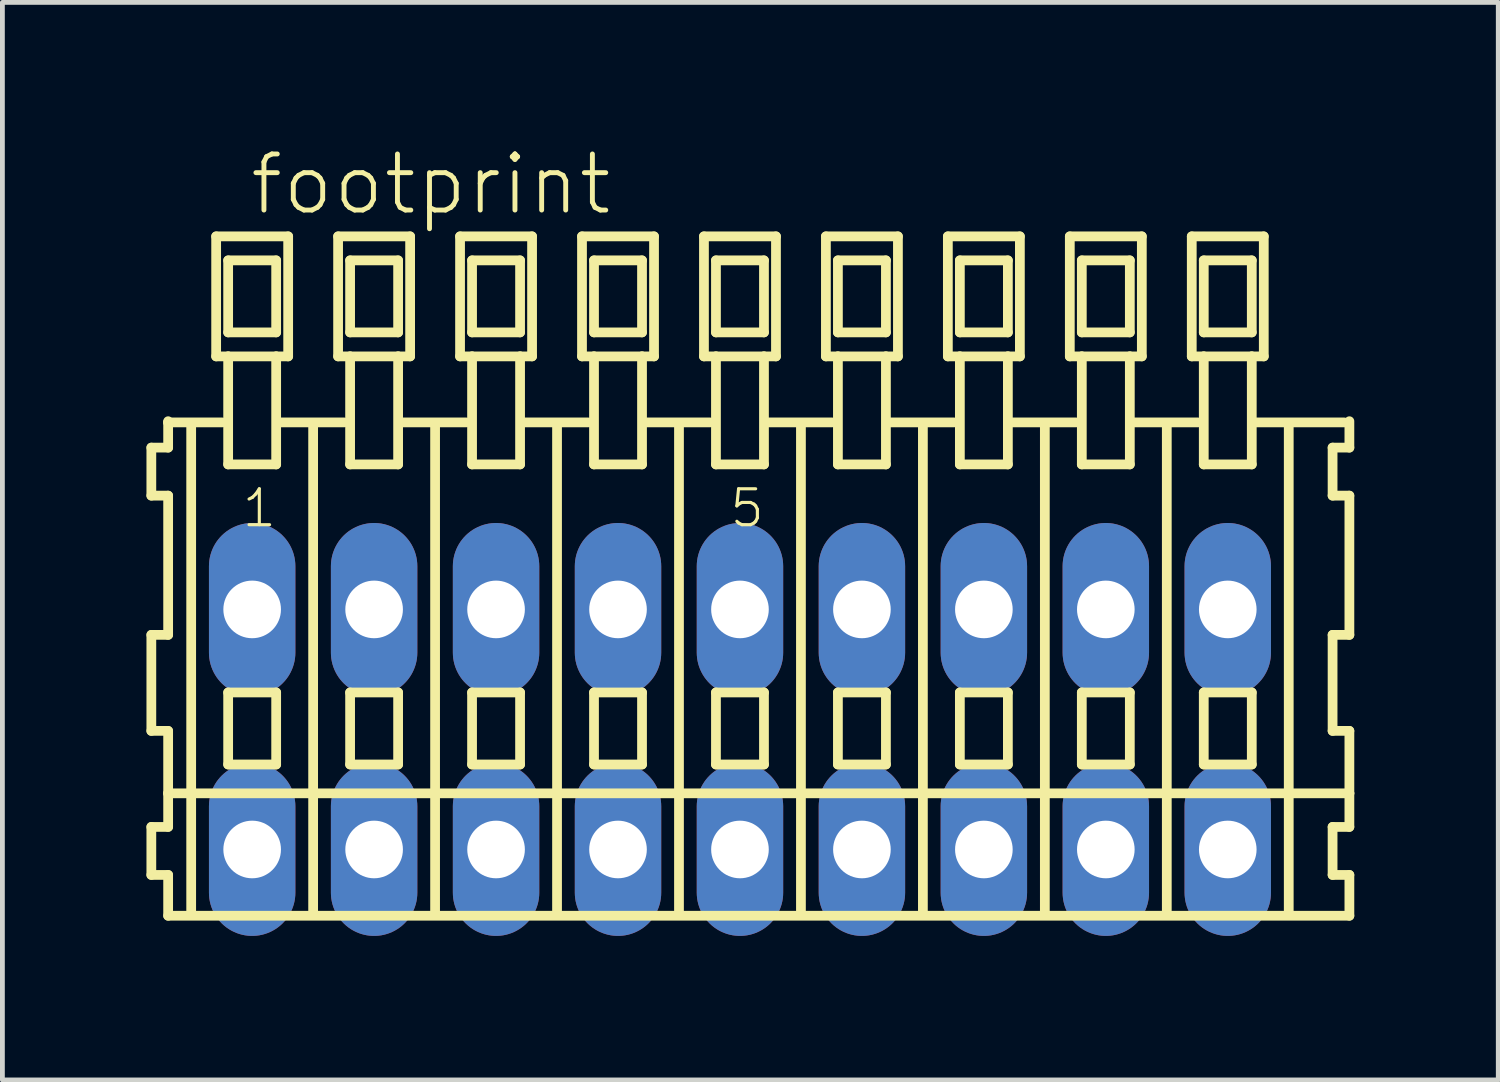
<source format=kicad_pcb>
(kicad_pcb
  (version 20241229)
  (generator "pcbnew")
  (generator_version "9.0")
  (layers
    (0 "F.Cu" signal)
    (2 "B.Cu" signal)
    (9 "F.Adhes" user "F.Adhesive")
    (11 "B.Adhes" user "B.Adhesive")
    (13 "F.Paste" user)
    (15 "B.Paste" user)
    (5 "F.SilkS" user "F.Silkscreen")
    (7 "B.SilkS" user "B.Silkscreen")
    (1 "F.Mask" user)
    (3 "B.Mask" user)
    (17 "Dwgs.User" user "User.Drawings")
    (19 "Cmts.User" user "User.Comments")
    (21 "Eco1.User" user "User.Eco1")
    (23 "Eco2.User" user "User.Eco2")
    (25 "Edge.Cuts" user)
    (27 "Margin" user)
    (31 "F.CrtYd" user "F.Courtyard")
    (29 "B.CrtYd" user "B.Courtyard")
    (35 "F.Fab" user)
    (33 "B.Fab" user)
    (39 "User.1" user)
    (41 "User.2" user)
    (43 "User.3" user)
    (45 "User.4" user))
  (footprint "footprint"
    (layer "F.Cu")
    (at 12.362 12.143)
    (property "Reference" "footprint" (at -10.26 -10.67 0) (layer "F.SilkS") (effects (font (size 1.168 1.168) (thickness 0.102)) (justify left bottom)))
    (fp_line (start -12.26 -5.87) (end -12.26 -4.87) (stroke (width 0.203) (type solid)) (layer "F.SilkS"))
    (fp_line (start -12.26 -4.87) (end -11.91 -4.87) (stroke (width 0.203) (type solid)) (layer "F.SilkS"))
    (fp_line (start -12.26 -1.97) (end -12.26 0.03) (stroke (width 0.203) (type solid)) (layer "F.SilkS"))
    (fp_line (start -12.26 0.03) (end -11.91 0.03) (stroke (width 0.203) (type solid)) (layer "F.SilkS"))
    (fp_line (start -12.26 2.03) (end -12.26 3.03) (stroke (width 0.203) (type solid)) (layer "F.SilkS"))
    (fp_line (start -12.26 3.03) (end -11.91 3.03) (stroke (width 0.203) (type solid)) (layer "F.SilkS"))
    (fp_line (start -11.91 -6.42) (end -11.91 -6.395) (stroke (width 0.203) (type solid)) (layer "F.SilkS"))
    (fp_line (start -11.91 -6.395) (end -11.91 -5.87) (stroke (width 0.203) (type solid)) (layer "F.SilkS"))
    (fp_line (start -11.91 -6.395) (end -10.785 -6.395) (stroke (width 0.203) (type solid)) (layer "F.SilkS"))
    (fp_line (start -11.91 -5.87) (end -12.26 -5.87) (stroke (width 0.203) (type solid)) (layer "F.SilkS"))
    (fp_line (start -11.91 -4.87) (end -11.91 -1.97) (stroke (width 0.203) (type solid)) (layer "F.SilkS"))
    (fp_line (start -11.91 -1.97) (end -12.26 -1.97) (stroke (width 0.203) (type solid)) (layer "F.SilkS"))
    (fp_line (start -11.91 0.03) (end -11.91 1.33) (stroke (width 0.203) (type solid)) (layer "F.SilkS"))
    (fp_line (start -11.91 1.33) (end -11.91 2.03) (stroke (width 0.203) (type solid)) (layer "F.SilkS"))
    (fp_line (start -11.91 1.33) (end 12.693 1.33) (stroke (width 0.203) (type solid)) (layer "F.SilkS"))
    (fp_line (start -11.91 2.03) (end -12.26 2.03) (stroke (width 0.203) (type solid)) (layer "F.SilkS"))
    (fp_line (start -11.91 3.03) (end -11.91 3.88) (stroke (width 0.203) (type solid)) (layer "F.SilkS"))
    (fp_line (start -11.91 3.88) (end 12.693 3.88) (stroke (width 0.203) (type solid)) (layer "F.SilkS"))
    (fp_line (start -11.43 3.83) (end -11.43 -6.33) (stroke (width 0.203) (type solid)) (layer "F.SilkS"))
    (fp_line (start -10.91 -10.27) (end -10.91 -7.77) (stroke (width 0.203) (type solid)) (layer "F.SilkS"))
    (fp_line (start -10.91 -7.77) (end -10.66 -7.77) (stroke (width 0.203) (type solid)) (layer "F.SilkS"))
    (fp_line (start -10.66 -9.77) (end -10.66 -8.27) (stroke (width 0.203) (type solid)) (layer "F.SilkS"))
    (fp_line (start -10.66 -8.27) (end -9.66 -8.27) (stroke (width 0.203) (type solid)) (layer "F.SilkS"))
    (fp_line (start -10.66 -7.77) (end -10.66 -5.52) (stroke (width 0.203) (type solid)) (layer "F.SilkS"))
    (fp_line (start -10.66 -7.77) (end -9.66 -7.77) (stroke (width 0.203) (type solid)) (layer "F.SilkS"))
    (fp_line (start -10.66 -5.52) (end -9.66 -5.52) (stroke (width 0.203) (type solid)) (layer "F.SilkS"))
    (fp_line (start -10.66 -0.77) (end -10.66 0.73) (stroke (width 0.203) (type solid)) (layer "F.SilkS"))
    (fp_line (start -10.66 0.73) (end -9.66 0.73) (stroke (width 0.203) (type solid)) (layer "F.SilkS"))
    (fp_line (start -9.66 -9.77) (end -10.66 -9.77) (stroke (width 0.203) (type solid)) (layer "F.SilkS"))
    (fp_line (start -9.66 -8.27) (end -9.66 -9.77) (stroke (width 0.203) (type solid)) (layer "F.SilkS"))
    (fp_line (start -9.66 -7.77) (end -9.41 -7.77) (stroke (width 0.203) (type solid)) (layer "F.SilkS"))
    (fp_line (start -9.66 -5.52) (end -9.66 -7.77) (stroke (width 0.203) (type solid)) (layer "F.SilkS"))
    (fp_line (start -9.66 -0.77) (end -10.66 -0.77) (stroke (width 0.203) (type solid)) (layer "F.SilkS"))
    (fp_line (start -9.66 0.73) (end -9.66 -0.77) (stroke (width 0.203) (type solid)) (layer "F.SilkS"))
    (fp_line (start -9.624 -6.395) (end -8.245 -6.395) (stroke (width 0.203) (type solid)) (layer "F.SilkS"))
    (fp_line (start -9.41 -10.27) (end -10.91 -10.27) (stroke (width 0.203) (type solid)) (layer "F.SilkS"))
    (fp_line (start -9.41 -7.77) (end -9.41 -10.27) (stroke (width 0.203) (type solid)) (layer "F.SilkS"))
    (fp_line (start -8.89 3.83) (end -8.89 -6.33) (stroke (width 0.203) (type solid)) (layer "F.SilkS"))
    (fp_line (start -8.37 -10.27) (end -8.37 -7.77) (stroke (width 0.203) (type solid)) (layer "F.SilkS"))
    (fp_line (start -8.37 -7.77) (end -8.12 -7.77) (stroke (width 0.203) (type solid)) (layer "F.SilkS"))
    (fp_line (start -8.12 -9.77) (end -8.12 -8.27) (stroke (width 0.203) (type solid)) (layer "F.SilkS"))
    (fp_line (start -8.12 -8.27) (end -7.12 -8.27) (stroke (width 0.203) (type solid)) (layer "F.SilkS"))
    (fp_line (start -8.12 -7.77) (end -8.12 -5.52) (stroke (width 0.203) (type solid)) (layer "F.SilkS"))
    (fp_line (start -8.12 -7.77) (end -7.12 -7.77) (stroke (width 0.203) (type solid)) (layer "F.SilkS"))
    (fp_line (start -8.12 -5.52) (end -7.12 -5.52) (stroke (width 0.203) (type solid)) (layer "F.SilkS"))
    (fp_line (start -8.12 -0.77) (end -8.12 0.73) (stroke (width 0.203) (type solid)) (layer "F.SilkS"))
    (fp_line (start -8.12 0.73) (end -7.12 0.73) (stroke (width 0.203) (type solid)) (layer "F.SilkS"))
    (fp_line (start -7.12 -9.77) (end -8.12 -9.77) (stroke (width 0.203) (type solid)) (layer "F.SilkS"))
    (fp_line (start -7.12 -8.27) (end -7.12 -9.77) (stroke (width 0.203) (type solid)) (layer "F.SilkS"))
    (fp_line (start -7.12 -7.77) (end -6.87 -7.77) (stroke (width 0.203) (type solid)) (layer "F.SilkS"))
    (fp_line (start -7.12 -5.52) (end -7.12 -7.77) (stroke (width 0.203) (type solid)) (layer "F.SilkS"))
    (fp_line (start -7.12 -0.77) (end -8.12 -0.77) (stroke (width 0.203) (type solid)) (layer "F.SilkS"))
    (fp_line (start -7.12 0.73) (end -7.12 -0.77) (stroke (width 0.203) (type solid)) (layer "F.SilkS"))
    (fp_line (start -7.084 -6.395) (end -5.705 -6.395) (stroke (width 0.203) (type solid)) (layer "F.SilkS"))
    (fp_line (start -6.87 -10.27) (end -8.37 -10.27) (stroke (width 0.203) (type solid)) (layer "F.SilkS"))
    (fp_line (start -6.87 -7.77) (end -6.87 -10.27) (stroke (width 0.203) (type solid)) (layer "F.SilkS"))
    (fp_line (start -6.35 3.83) (end -6.35 -6.33) (stroke (width 0.203) (type solid)) (layer "F.SilkS"))
    (fp_line (start -5.83 -10.27) (end -5.83 -7.77) (stroke (width 0.203) (type solid)) (layer "F.SilkS"))
    (fp_line (start -5.83 -7.77) (end -5.58 -7.77) (stroke (width 0.203) (type solid)) (layer "F.SilkS"))
    (fp_line (start -5.58 -9.77) (end -5.58 -8.27) (stroke (width 0.203) (type solid)) (layer "F.SilkS"))
    (fp_line (start -5.58 -8.27) (end -4.58 -8.27) (stroke (width 0.203) (type solid)) (layer "F.SilkS"))
    (fp_line (start -5.58 -7.77) (end -5.58 -5.52) (stroke (width 0.203) (type solid)) (layer "F.SilkS"))
    (fp_line (start -5.58 -7.77) (end -4.58 -7.77) (stroke (width 0.203) (type solid)) (layer "F.SilkS"))
    (fp_line (start -5.58 -5.52) (end -4.58 -5.52) (stroke (width 0.203) (type solid)) (layer "F.SilkS"))
    (fp_line (start -5.58 -0.77) (end -5.58 0.73) (stroke (width 0.203) (type solid)) (layer "F.SilkS"))
    (fp_line (start -5.58 0.73) (end -4.58 0.73) (stroke (width 0.203) (type solid)) (layer "F.SilkS"))
    (fp_line (start -4.58 -9.77) (end -5.58 -9.77) (stroke (width 0.203) (type solid)) (layer "F.SilkS"))
    (fp_line (start -4.58 -8.27) (end -4.58 -9.77) (stroke (width 0.203) (type solid)) (layer "F.SilkS"))
    (fp_line (start -4.58 -7.77) (end -4.33 -7.77) (stroke (width 0.203) (type solid)) (layer "F.SilkS"))
    (fp_line (start -4.58 -5.52) (end -4.58 -7.77) (stroke (width 0.203) (type solid)) (layer "F.SilkS"))
    (fp_line (start -4.58 -0.77) (end -5.58 -0.77) (stroke (width 0.203) (type solid)) (layer "F.SilkS"))
    (fp_line (start -4.58 0.73) (end -4.58 -0.77) (stroke (width 0.203) (type solid)) (layer "F.SilkS"))
    (fp_line (start -4.544 -6.395) (end -3.165 -6.395) (stroke (width 0.203) (type solid)) (layer "F.SilkS"))
    (fp_line (start -4.33 -10.27) (end -5.83 -10.27) (stroke (width 0.203) (type solid)) (layer "F.SilkS"))
    (fp_line (start -4.33 -7.77) (end -4.33 -10.27) (stroke (width 0.203) (type solid)) (layer "F.SilkS"))
    (fp_line (start -3.81 3.83) (end -3.81 -6.33) (stroke (width 0.203) (type solid)) (layer "F.SilkS"))
    (fp_line (start -3.29 -10.27) (end -3.29 -7.77) (stroke (width 0.203) (type solid)) (layer "F.SilkS"))
    (fp_line (start -3.29 -7.77) (end -3.04 -7.77) (stroke (width 0.203) (type solid)) (layer "F.SilkS"))
    (fp_line (start -3.04 -9.77) (end -3.04 -8.27) (stroke (width 0.203) (type solid)) (layer "F.SilkS"))
    (fp_line (start -3.04 -8.27) (end -2.04 -8.27) (stroke (width 0.203) (type solid)) (layer "F.SilkS"))
    (fp_line (start -3.04 -7.77) (end -3.04 -5.52) (stroke (width 0.203) (type solid)) (layer "F.SilkS"))
    (fp_line (start -3.04 -7.77) (end -2.04 -7.77) (stroke (width 0.203) (type solid)) (layer "F.SilkS"))
    (fp_line (start -3.04 -5.52) (end -2.04 -5.52) (stroke (width 0.203) (type solid)) (layer "F.SilkS"))
    (fp_line (start -3.04 -0.77) (end -3.04 0.73) (stroke (width 0.203) (type solid)) (layer "F.SilkS"))
    (fp_line (start -3.04 0.73) (end -2.04 0.73) (stroke (width 0.203) (type solid)) (layer "F.SilkS"))
    (fp_line (start -2.04 -9.77) (end -3.04 -9.77) (stroke (width 0.203) (type solid)) (layer "F.SilkS"))
    (fp_line (start -2.04 -8.27) (end -2.04 -9.77) (stroke (width 0.203) (type solid)) (layer "F.SilkS"))
    (fp_line (start -2.04 -7.77) (end -1.79 -7.77) (stroke (width 0.203) (type solid)) (layer "F.SilkS"))
    (fp_line (start -2.04 -5.52) (end -2.04 -7.77) (stroke (width 0.203) (type solid)) (layer "F.SilkS"))
    (fp_line (start -2.04 -0.77) (end -3.04 -0.77) (stroke (width 0.203) (type solid)) (layer "F.SilkS"))
    (fp_line (start -2.04 0.73) (end -2.04 -0.77) (stroke (width 0.203) (type solid)) (layer "F.SilkS"))
    (fp_line (start -2.004 -6.395) (end -0.625 -6.395) (stroke (width 0.203) (type solid)) (layer "F.SilkS"))
    (fp_line (start -1.79 -10.27) (end -3.29 -10.27) (stroke (width 0.203) (type solid)) (layer "F.SilkS"))
    (fp_line (start -1.79 -7.77) (end -1.79 -10.27) (stroke (width 0.203) (type solid)) (layer "F.SilkS"))
    (fp_line (start -1.27 3.83) (end -1.27 -6.33) (stroke (width 0.203) (type solid)) (layer "F.SilkS"))
    (fp_line (start -0.75 -10.27) (end -0.75 -7.77) (stroke (width 0.203) (type solid)) (layer "F.SilkS"))
    (fp_line (start -0.75 -7.77) (end -0.5 -7.77) (stroke (width 0.203) (type solid)) (layer "F.SilkS"))
    (fp_line (start -0.5 -9.77) (end -0.5 -8.27) (stroke (width 0.203) (type solid)) (layer "F.SilkS"))
    (fp_line (start -0.5 -8.27) (end 0.5 -8.27) (stroke (width 0.203) (type solid)) (layer "F.SilkS"))
    (fp_line (start -0.5 -7.77) (end -0.5 -5.52) (stroke (width 0.203) (type solid)) (layer "F.SilkS"))
    (fp_line (start -0.5 -7.77) (end 0.5 -7.77) (stroke (width 0.203) (type solid)) (layer "F.SilkS"))
    (fp_line (start -0.5 -5.52) (end 0.5 -5.52) (stroke (width 0.203) (type solid)) (layer "F.SilkS"))
    (fp_line (start -0.5 -0.77) (end -0.5 0.73) (stroke (width 0.203) (type solid)) (layer "F.SilkS"))
    (fp_line (start -0.5 0.73) (end 0.5 0.73) (stroke (width 0.203) (type solid)) (layer "F.SilkS"))
    (fp_line (start 0.5 -9.77) (end -0.5 -9.77) (stroke (width 0.203) (type solid)) (layer "F.SilkS"))
    (fp_line (start 0.5 -8.27) (end 0.5 -9.77) (stroke (width 0.203) (type solid)) (layer "F.SilkS"))
    (fp_line (start 0.5 -7.77) (end 0.75 -7.77) (stroke (width 0.203) (type solid)) (layer "F.SilkS"))
    (fp_line (start 0.5 -5.52) (end 0.5 -7.77) (stroke (width 0.203) (type solid)) (layer "F.SilkS"))
    (fp_line (start 0.5 -0.77) (end -0.5 -0.77) (stroke (width 0.203) (type solid)) (layer "F.SilkS"))
    (fp_line (start 0.5 0.73) (end 0.5 -0.77) (stroke (width 0.203) (type solid)) (layer "F.SilkS"))
    (fp_line (start 0.536 -6.395) (end 1.915 -6.395) (stroke (width 0.203) (type solid)) (layer "F.SilkS"))
    (fp_line (start 0.75 -10.27) (end -0.75 -10.27) (stroke (width 0.203) (type solid)) (layer "F.SilkS"))
    (fp_line (start 0.75 -7.77) (end 0.75 -10.27) (stroke (width 0.203) (type solid)) (layer "F.SilkS"))
    (fp_line (start 1.27 3.83) (end 1.27 -6.33) (stroke (width 0.203) (type solid)) (layer "F.SilkS"))
    (fp_line (start 1.79 -10.27) (end 1.79 -7.77) (stroke (width 0.203) (type solid)) (layer "F.SilkS"))
    (fp_line (start 1.79 -7.77) (end 2.04 -7.77) (stroke (width 0.203) (type solid)) (layer "F.SilkS"))
    (fp_line (start 2.04 -9.77) (end 2.04 -8.27) (stroke (width 0.203) (type solid)) (layer "F.SilkS"))
    (fp_line (start 2.04 -8.27) (end 3.04 -8.27) (stroke (width 0.203) (type solid)) (layer "F.SilkS"))
    (fp_line (start 2.04 -7.77) (end 2.04 -5.52) (stroke (width 0.203) (type solid)) (layer "F.SilkS"))
    (fp_line (start 2.04 -7.77) (end 3.04 -7.77) (stroke (width 0.203) (type solid)) (layer "F.SilkS"))
    (fp_line (start 2.04 -5.52) (end 3.04 -5.52) (stroke (width 0.203) (type solid)) (layer "F.SilkS"))
    (fp_line (start 2.04 -0.77) (end 2.04 0.73) (stroke (width 0.203) (type solid)) (layer "F.SilkS"))
    (fp_line (start 2.04 0.73) (end 3.04 0.73) (stroke (width 0.203) (type solid)) (layer "F.SilkS"))
    (fp_line (start 3.04 -9.77) (end 2.04 -9.77) (stroke (width 0.203) (type solid)) (layer "F.SilkS"))
    (fp_line (start 3.04 -8.27) (end 3.04 -9.77) (stroke (width 0.203) (type solid)) (layer "F.SilkS"))
    (fp_line (start 3.04 -7.77) (end 3.29 -7.77) (stroke (width 0.203) (type solid)) (layer "F.SilkS"))
    (fp_line (start 3.04 -5.52) (end 3.04 -7.77) (stroke (width 0.203) (type solid)) (layer "F.SilkS"))
    (fp_line (start 3.04 -0.77) (end 2.04 -0.77) (stroke (width 0.203) (type solid)) (layer "F.SilkS"))
    (fp_line (start 3.04 0.73) (end 3.04 -0.77) (stroke (width 0.203) (type solid)) (layer "F.SilkS"))
    (fp_line (start 3.076 -6.395) (end 4.455 -6.395) (stroke (width 0.203) (type solid)) (layer "F.SilkS"))
    (fp_line (start 3.29 -10.27) (end 1.79 -10.27) (stroke (width 0.203) (type solid)) (layer "F.SilkS"))
    (fp_line (start 3.29 -7.77) (end 3.29 -10.27) (stroke (width 0.203) (type solid)) (layer "F.SilkS"))
    (fp_line (start 3.81 3.83) (end 3.81 -6.33) (stroke (width 0.203) (type solid)) (layer "F.SilkS"))
    (fp_line (start 4.33 -10.27) (end 4.33 -7.77) (stroke (width 0.203) (type solid)) (layer "F.SilkS"))
    (fp_line (start 4.33 -7.77) (end 4.58 -7.77) (stroke (width 0.203) (type solid)) (layer "F.SilkS"))
    (fp_line (start 4.58 -9.77) (end 4.58 -8.27) (stroke (width 0.203) (type solid)) (layer "F.SilkS"))
    (fp_line (start 4.58 -8.27) (end 5.58 -8.27) (stroke (width 0.203) (type solid)) (layer "F.SilkS"))
    (fp_line (start 4.58 -7.77) (end 4.58 -5.52) (stroke (width 0.203) (type solid)) (layer "F.SilkS"))
    (fp_line (start 4.58 -7.77) (end 5.58 -7.77) (stroke (width 0.203) (type solid)) (layer "F.SilkS"))
    (fp_line (start 4.58 -5.52) (end 5.58 -5.52) (stroke (width 0.203) (type solid)) (layer "F.SilkS"))
    (fp_line (start 4.58 -0.77) (end 4.58 0.73) (stroke (width 0.203) (type solid)) (layer "F.SilkS"))
    (fp_line (start 4.58 0.73) (end 5.58 0.73) (stroke (width 0.203) (type solid)) (layer "F.SilkS"))
    (fp_line (start 5.58 -9.77) (end 4.58 -9.77) (stroke (width 0.203) (type solid)) (layer "F.SilkS"))
    (fp_line (start 5.58 -8.27) (end 5.58 -9.77) (stroke (width 0.203) (type solid)) (layer "F.SilkS"))
    (fp_line (start 5.58 -7.77) (end 5.83 -7.77) (stroke (width 0.203) (type solid)) (layer "F.SilkS"))
    (fp_line (start 5.58 -5.52) (end 5.58 -7.77) (stroke (width 0.203) (type solid)) (layer "F.SilkS"))
    (fp_line (start 5.58 -0.77) (end 4.58 -0.77) (stroke (width 0.203) (type solid)) (layer "F.SilkS"))
    (fp_line (start 5.58 0.73) (end 5.58 -0.77) (stroke (width 0.203) (type solid)) (layer "F.SilkS"))
    (fp_line (start 5.616 -6.395) (end 6.995 -6.395) (stroke (width 0.203) (type solid)) (layer "F.SilkS"))
    (fp_line (start 5.83 -10.27) (end 4.33 -10.27) (stroke (width 0.203) (type solid)) (layer "F.SilkS"))
    (fp_line (start 5.83 -7.77) (end 5.83 -10.27) (stroke (width 0.203) (type solid)) (layer "F.SilkS"))
    (fp_line (start 6.35 3.83) (end 6.35 -6.33) (stroke (width 0.203) (type solid)) (layer "F.SilkS"))
    (fp_line (start 6.87 -10.27) (end 6.87 -7.77) (stroke (width 0.203) (type solid)) (layer "F.SilkS"))
    (fp_line (start 6.87 -7.77) (end 7.12 -7.77) (stroke (width 0.203) (type solid)) (layer "F.SilkS"))
    (fp_line (start 7.12 -9.77) (end 7.12 -8.27) (stroke (width 0.203) (type solid)) (layer "F.SilkS"))
    (fp_line (start 7.12 -8.27) (end 8.12 -8.27) (stroke (width 0.203) (type solid)) (layer "F.SilkS"))
    (fp_line (start 7.12 -7.77) (end 7.12 -5.52) (stroke (width 0.203) (type solid)) (layer "F.SilkS"))
    (fp_line (start 7.12 -7.77) (end 8.12 -7.77) (stroke (width 0.203) (type solid)) (layer "F.SilkS"))
    (fp_line (start 7.12 -5.52) (end 8.12 -5.52) (stroke (width 0.203) (type solid)) (layer "F.SilkS"))
    (fp_line (start 7.12 -0.77) (end 7.12 0.73) (stroke (width 0.203) (type solid)) (layer "F.SilkS"))
    (fp_line (start 7.12 0.73) (end 8.12 0.73) (stroke (width 0.203) (type solid)) (layer "F.SilkS"))
    (fp_line (start 8.12 -9.77) (end 7.12 -9.77) (stroke (width 0.203) (type solid)) (layer "F.SilkS"))
    (fp_line (start 8.12 -8.27) (end 8.12 -9.77) (stroke (width 0.203) (type solid)) (layer "F.SilkS"))
    (fp_line (start 8.12 -7.77) (end 8.37 -7.77) (stroke (width 0.203) (type solid)) (layer "F.SilkS"))
    (fp_line (start 8.12 -5.52) (end 8.12 -7.77) (stroke (width 0.203) (type solid)) (layer "F.SilkS"))
    (fp_line (start 8.12 -0.77) (end 7.12 -0.77) (stroke (width 0.203) (type solid)) (layer "F.SilkS"))
    (fp_line (start 8.12 0.73) (end 8.12 -0.77) (stroke (width 0.203) (type solid)) (layer "F.SilkS"))
    (fp_line (start 8.156 -6.395) (end 9.535 -6.395) (stroke (width 0.203) (type solid)) (layer "F.SilkS"))
    (fp_line (start 8.37 -10.27) (end 6.87 -10.27) (stroke (width 0.203) (type solid)) (layer "F.SilkS"))
    (fp_line (start 8.37 -7.77) (end 8.37 -10.27) (stroke (width 0.203) (type solid)) (layer "F.SilkS"))
    (fp_line (start 8.89 3.83) (end 8.89 -6.33) (stroke (width 0.203) (type solid)) (layer "F.SilkS"))
    (fp_line (start 9.41 -10.27) (end 9.41 -7.77) (stroke (width 0.203) (type solid)) (layer "F.SilkS"))
    (fp_line (start 9.41 -7.77) (end 9.66 -7.77) (stroke (width 0.203) (type solid)) (layer "F.SilkS"))
    (fp_line (start 9.66 -9.77) (end 9.66 -8.27) (stroke (width 0.203) (type solid)) (layer "F.SilkS"))
    (fp_line (start 9.66 -8.27) (end 10.66 -8.27) (stroke (width 0.203) (type solid)) (layer "F.SilkS"))
    (fp_line (start 9.66 -7.77) (end 9.66 -5.52) (stroke (width 0.203) (type solid)) (layer "F.SilkS"))
    (fp_line (start 9.66 -7.77) (end 10.66 -7.77) (stroke (width 0.203) (type solid)) (layer "F.SilkS"))
    (fp_line (start 9.66 -5.52) (end 10.66 -5.52) (stroke (width 0.203) (type solid)) (layer "F.SilkS"))
    (fp_line (start 9.66 -0.77) (end 9.66 0.73) (stroke (width 0.203) (type solid)) (layer "F.SilkS"))
    (fp_line (start 9.66 0.73) (end 10.66 0.73) (stroke (width 0.203) (type solid)) (layer "F.SilkS"))
    (fp_line (start 10.66 -9.77) (end 9.66 -9.77) (stroke (width 0.203) (type solid)) (layer "F.SilkS"))
    (fp_line (start 10.66 -8.27) (end 10.66 -9.77) (stroke (width 0.203) (type solid)) (layer "F.SilkS"))
    (fp_line (start 10.66 -7.77) (end 10.91 -7.77) (stroke (width 0.203) (type solid)) (layer "F.SilkS"))
    (fp_line (start 10.66 -5.52) (end 10.66 -7.77) (stroke (width 0.203) (type solid)) (layer "F.SilkS"))
    (fp_line (start 10.66 -0.77) (end 9.66 -0.77) (stroke (width 0.203) (type solid)) (layer "F.SilkS"))
    (fp_line (start 10.66 0.73) (end 10.66 -0.77) (stroke (width 0.203) (type solid)) (layer "F.SilkS"))
    (fp_line (start 10.696 -6.395) (end 12.583 -6.395) (stroke (width 0.203) (type solid)) (layer "F.SilkS"))
    (fp_line (start 10.91 -10.27) (end 9.41 -10.27) (stroke (width 0.203) (type solid)) (layer "F.SilkS"))
    (fp_line (start 10.91 -7.77) (end 10.91 -10.27) (stroke (width 0.203) (type solid)) (layer "F.SilkS"))
    (fp_line (start 11.43 3.83) (end 11.43 -6.33) (stroke (width 0.203) (type solid)) (layer "F.SilkS"))
    (fp_line (start 12.343 -5.87) (end 12.343 -4.87) (stroke (width 0.203) (type solid)) (layer "F.SilkS"))
    (fp_line (start 12.343 -4.87) (end 12.693 -4.87) (stroke (width 0.203) (type solid)) (layer "F.SilkS"))
    (fp_line (start 12.343 -1.97) (end 12.343 0.03) (stroke (width 0.203) (type solid)) (layer "F.SilkS"))
    (fp_line (start 12.343 0.03) (end 12.693 0.03) (stroke (width 0.203) (type solid)) (layer "F.SilkS"))
    (fp_line (start 12.343 2.03) (end 12.343 3.03) (stroke (width 0.203) (type solid)) (layer "F.SilkS"))
    (fp_line (start 12.343 3.03) (end 12.693 3.03) (stroke (width 0.203) (type solid)) (layer "F.SilkS"))
    (fp_line (start 12.693 -5.87) (end 12.343 -5.87) (stroke (width 0.203) (type solid)) (layer "F.SilkS"))
    (fp_line (start 12.693 -5.87) (end 12.693 -6.42) (stroke (width 0.203) (type solid)) (layer "F.SilkS"))
    (fp_line (start 12.693 -1.97) (end 12.343 -1.97) (stroke (width 0.203) (type solid)) (layer "F.SilkS"))
    (fp_line (start 12.693 -1.97) (end 12.693 -4.87) (stroke (width 0.203) (type solid)) (layer "F.SilkS"))
    (fp_line (start 12.693 1.33) (end 12.693 0.03) (stroke (width 0.203) (type solid)) (layer "F.SilkS"))
    (fp_line (start 12.693 2.03) (end 12.343 2.03) (stroke (width 0.203) (type solid)) (layer "F.SilkS"))
    (fp_line (start 12.693 2.03) (end 12.693 1.33) (stroke (width 0.203) (type solid)) (layer "F.SilkS"))
    (fp_line (start 12.693 3.88) (end 12.693 3.03) (stroke (width 0.203) (type solid)) (layer "F.SilkS"))
    (fp_text user "1" (at -10.41 -4.17 0) (layer "F.SilkS") (effects (font (size 0.748 0.748) (thickness 0.065)) (justify left bottom)))
    (fp_text user "5" (at -0.25 -4.17 0) (layer "F.SilkS") (effects (font (size 0.748 0.748) (thickness 0.065)) (justify left bottom)))
    (pad "A1" thru_hole oval (at -10.16 -2.5 90) (size 3.6 1.8) (drill 1.2) (layers "*.Cu" "*.Mask"))
    (pad "A2" thru_hole oval (at -7.62 -2.5 90) (size 3.6 1.8) (drill 1.2) (layers "*.Cu" "*.Mask"))
    (pad "A3" thru_hole oval (at -5.08 -2.5 90) (size 3.6 1.8) (drill 1.2) (layers "*.Cu" "*.Mask"))
    (pad "A4" thru_hole oval (at -2.54 -2.5 90) (size 3.6 1.8) (drill 1.2) (layers "*.Cu" "*.Mask"))
    (pad "A5" thru_hole oval (at 0 -2.5 90) (size 3.6 1.8) (drill 1.2) (layers "*.Cu" "*.Mask"))
    (pad "A6" thru_hole oval (at 2.54 -2.5 90) (size 3.6 1.8) (drill 1.2) (layers "*.Cu" "*.Mask"))
    (pad "A7" thru_hole oval (at 5.08 -2.5 90) (size 3.6 1.8) (drill 1.2) (layers "*.Cu" "*.Mask"))
    (pad "A8" thru_hole oval (at 7.62 -2.5 90) (size 3.6 1.8) (drill 1.2) (layers "*.Cu" "*.Mask"))
    (pad "A9" thru_hole oval (at 10.16 -2.5 90) (size 3.6 1.8) (drill 1.2) (layers "*.Cu" "*.Mask"))
    (pad "B1" thru_hole oval (at -10.16 2.5 90) (size 3.6 1.8) (drill 1.2) (layers "*.Cu" "*.Mask"))
    (pad "B2" thru_hole oval (at -7.62 2.5 90) (size 3.6 1.8) (drill 1.2) (layers "*.Cu" "*.Mask"))
    (pad "B3" thru_hole oval (at -5.08 2.5 90) (size 3.6 1.8) (drill 1.2) (layers "*.Cu" "*.Mask"))
    (pad "B4" thru_hole oval (at -2.54 2.5 90) (size 3.6 1.8) (drill 1.2) (layers "*.Cu" "*.Mask"))
    (pad "B5" thru_hole oval (at 0 2.5 90) (size 3.6 1.8) (drill 1.2) (layers "*.Cu" "*.Mask"))
    (pad "B6" thru_hole oval (at 2.54 2.5 90) (size 3.6 1.8) (drill 1.2) (layers "*.Cu" "*.Mask"))
    (pad "B7" thru_hole oval (at 5.08 2.5 90) (size 3.6 1.8) (drill 1.2) (layers "*.Cu" "*.Mask"))
    (pad "B8" thru_hole oval (at 7.62 2.5 90) (size 3.6 1.8) (drill 1.2) (layers "*.Cu" "*.Mask"))
    (pad "B9" thru_hole oval (at 10.16 2.5 90) (size 3.6 1.8) (drill 1.2) (layers "*.Cu" "*.Mask")))
  (gr_rect
    (start -3 -3)
    (end 28.156 19.443)
    (stroke (width 0.1) (type default))
    (fill no)
    (layer "Edge.Cuts")))
</source>
